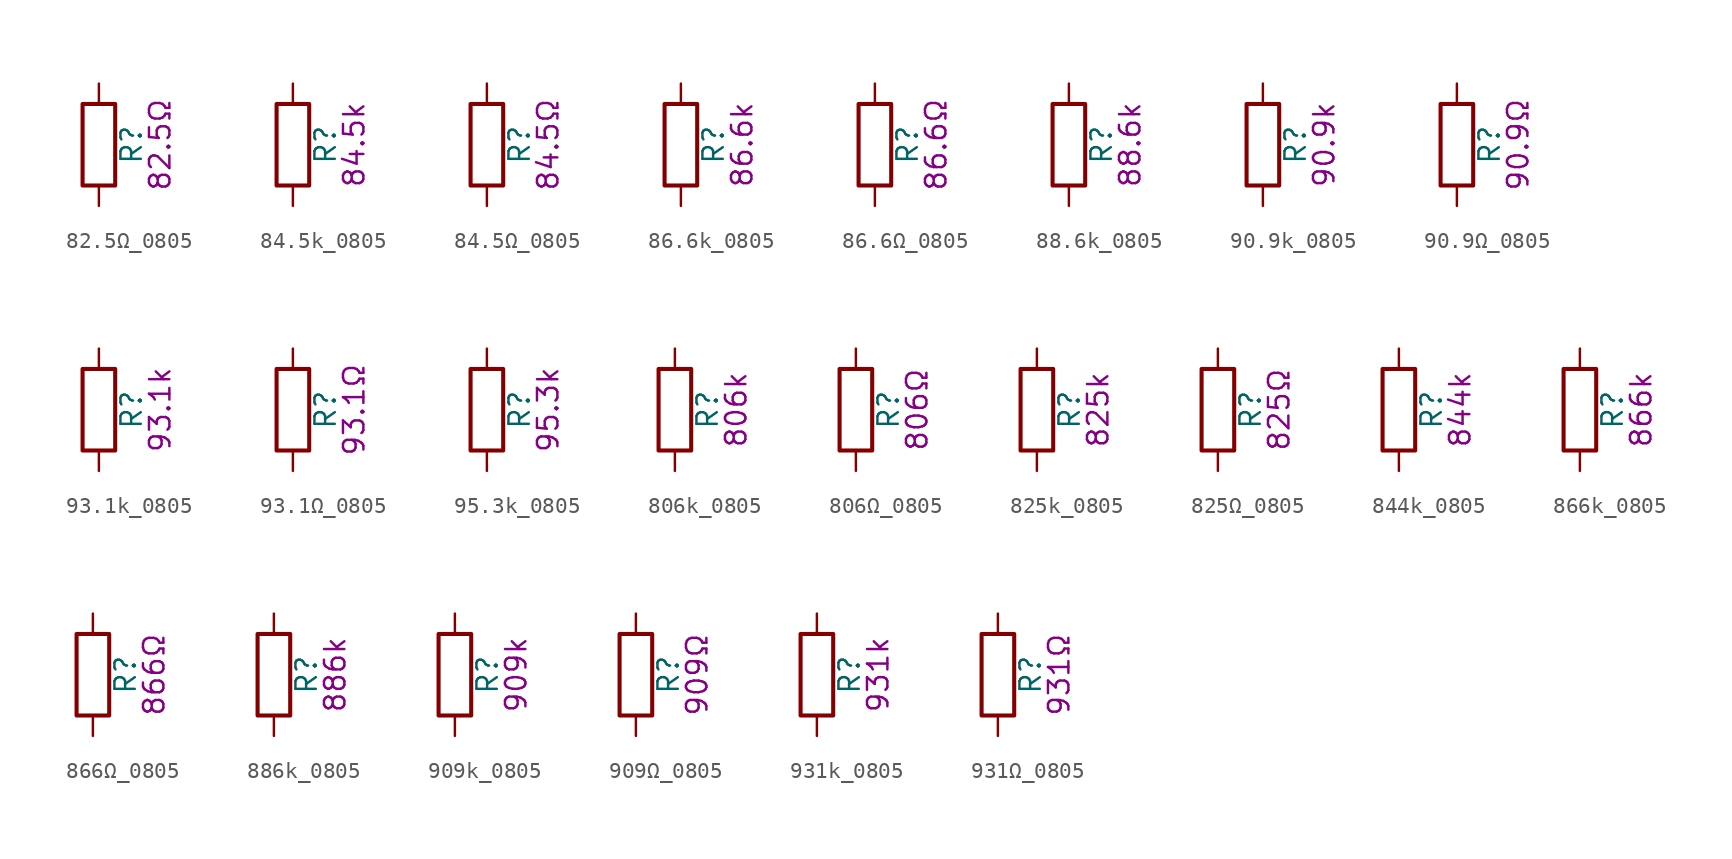
<source format=kicad_sym>
(kicad_symbol_lib
  (version 20211014)
  (generator kicad_symbol_editor)
  (symbol "82.5Ω_0805"
    (pin_numbers hide)
    (pin_names
      (offset 0))
    (property "Reference" "R"
      (at 2.032 0 90)
      (effects (font (size 1.27 1.27))))
    (property "Display" "82.5Ω"
      (at 3.81 0 90)
      (effects (font (size 1.27 1.27))))
    (symbol "82.5Ω_0805_0_1"
      (rectangle (start -1.016 -2.54) (end 1.016 2.54) (stroke (width 0.254) (type default) (color 0 0 0 0)) (fill (type none))))
    (symbol "82.5Ω_0805_1_1"
      (pin passive line (at 0 3.81 270) (length 1.27) (name "~" (effects (font (size 1.27 1.27)))) (number "1" (effects (font (size 1.27 1.27)))))
      (pin passive line (at 0 -3.81 90) (length 1.27) (name "~" (effects (font (size 1.27 1.27)))) (number "2" (effects (font (size 1.27 1.27)))))))
  (symbol "84.5k_0805"
    (pin_numbers hide)
    (pin_names
      (offset 0))
    (property "Reference" "R"
      (at 2.032 0 90)
      (effects (font (size 1.27 1.27))))
    (property "Display" "84.5k"
      (at 3.81 0 90)
      (effects (font (size 1.27 1.27))))
    (symbol "84.5k_0805_0_1"
      (rectangle (start -1.016 -2.54) (end 1.016 2.54) (stroke (width 0.254) (type default) (color 0 0 0 0)) (fill (type none))))
    (symbol "84.5k_0805_1_1"
      (pin passive line (at 0 3.81 270) (length 1.27) (name "~" (effects (font (size 1.27 1.27)))) (number "1" (effects (font (size 1.27 1.27)))))
      (pin passive line (at 0 -3.81 90) (length 1.27) (name "~" (effects (font (size 1.27 1.27)))) (number "2" (effects (font (size 1.27 1.27)))))))
  (symbol "84.5Ω_0805"
    (pin_numbers hide)
    (pin_names
      (offset 0))
    (property "Reference" "R"
      (at 2.032 0 90)
      (effects (font (size 1.27 1.27))))
    (property "Display" "84.5Ω"
      (at 3.81 0 90)
      (effects (font (size 1.27 1.27))))
    (symbol "84.5Ω_0805_0_1"
      (rectangle (start -1.016 -2.54) (end 1.016 2.54) (stroke (width 0.254) (type default) (color 0 0 0 0)) (fill (type none))))
    (symbol "84.5Ω_0805_1_1"
      (pin passive line (at 0 3.81 270) (length 1.27) (name "~" (effects (font (size 1.27 1.27)))) (number "1" (effects (font (size 1.27 1.27)))))
      (pin passive line (at 0 -3.81 90) (length 1.27) (name "~" (effects (font (size 1.27 1.27)))) (number "2" (effects (font (size 1.27 1.27)))))))
  (symbol "86.6k_0805"
    (pin_numbers hide)
    (pin_names
      (offset 0))
    (property "Reference" "R"
      (at 2.032 0 90)
      (effects (font (size 1.27 1.27))))
    (property "Display" "86.6k"
      (at 3.81 0 90)
      (effects (font (size 1.27 1.27))))
    (symbol "86.6k_0805_0_1"
      (rectangle (start -1.016 -2.54) (end 1.016 2.54) (stroke (width 0.254) (type default) (color 0 0 0 0)) (fill (type none))))
    (symbol "86.6k_0805_1_1"
      (pin passive line (at 0 3.81 270) (length 1.27) (name "~" (effects (font (size 1.27 1.27)))) (number "1" (effects (font (size 1.27 1.27)))))
      (pin passive line (at 0 -3.81 90) (length 1.27) (name "~" (effects (font (size 1.27 1.27)))) (number "2" (effects (font (size 1.27 1.27)))))))
  (symbol "86.6Ω_0805"
    (pin_numbers hide)
    (pin_names
      (offset 0))
    (property "Reference" "R"
      (at 2.032 0 90)
      (effects (font (size 1.27 1.27))))
    (property "Display" "86.6Ω"
      (at 3.81 0 90)
      (effects (font (size 1.27 1.27))))
    (symbol "86.6Ω_0805_0_1"
      (rectangle (start -1.016 -2.54) (end 1.016 2.54) (stroke (width 0.254) (type default) (color 0 0 0 0)) (fill (type none))))
    (symbol "86.6Ω_0805_1_1"
      (pin passive line (at 0 3.81 270) (length 1.27) (name "~" (effects (font (size 1.27 1.27)))) (number "1" (effects (font (size 1.27 1.27)))))
      (pin passive line (at 0 -3.81 90) (length 1.27) (name "~" (effects (font (size 1.27 1.27)))) (number "2" (effects (font (size 1.27 1.27)))))))
  (symbol "88.6k_0805"
    (pin_numbers hide)
    (pin_names
      (offset 0))
    (property "Reference" "R"
      (at 2.032 0 90)
      (effects (font (size 1.27 1.27))))
    (property "Display" "88.6k"
      (at 3.81 0 90)
      (effects (font (size 1.27 1.27))))
    (symbol "88.6k_0805_0_1"
      (rectangle (start -1.016 -2.54) (end 1.016 2.54) (stroke (width 0.254) (type default) (color 0 0 0 0)) (fill (type none))))
    (symbol "88.6k_0805_1_1"
      (pin passive line (at 0 3.81 270) (length 1.27) (name "~" (effects (font (size 1.27 1.27)))) (number "1" (effects (font (size 1.27 1.27)))))
      (pin passive line (at 0 -3.81 90) (length 1.27) (name "~" (effects (font (size 1.27 1.27)))) (number "2" (effects (font (size 1.27 1.27)))))))
  (symbol "90.9k_0805"
    (pin_numbers hide)
    (pin_names
      (offset 0))
    (property "Reference" "R"
      (at 2.032 0 90)
      (effects (font (size 1.27 1.27))))
    (property "Display" "90.9k"
      (at 3.81 0 90)
      (effects (font (size 1.27 1.27))))
    (symbol "90.9k_0805_0_1"
      (rectangle (start -1.016 -2.54) (end 1.016 2.54) (stroke (width 0.254) (type default) (color 0 0 0 0)) (fill (type none))))
    (symbol "90.9k_0805_1_1"
      (pin passive line (at 0 3.81 270) (length 1.27) (name "~" (effects (font (size 1.27 1.27)))) (number "1" (effects (font (size 1.27 1.27)))))
      (pin passive line (at 0 -3.81 90) (length 1.27) (name "~" (effects (font (size 1.27 1.27)))) (number "2" (effects (font (size 1.27 1.27)))))))
  (symbol "90.9Ω_0805"
    (pin_numbers hide)
    (pin_names
      (offset 0))
    (property "Reference" "R"
      (at 2.032 0 90)
      (effects (font (size 1.27 1.27))))
    (property "Display" "90.9Ω"
      (at 3.81 0 90)
      (effects (font (size 1.27 1.27))))
    (symbol "90.9Ω_0805_0_1"
      (rectangle (start -1.016 -2.54) (end 1.016 2.54) (stroke (width 0.254) (type default) (color 0 0 0 0)) (fill (type none))))
    (symbol "90.9Ω_0805_1_1"
      (pin passive line (at 0 3.81 270) (length 1.27) (name "~" (effects (font (size 1.27 1.27)))) (number "1" (effects (font (size 1.27 1.27)))))
      (pin passive line (at 0 -3.81 90) (length 1.27) (name "~" (effects (font (size 1.27 1.27)))) (number "2" (effects (font (size 1.27 1.27)))))))
  (symbol "93.1k_0805"
    (pin_numbers hide)
    (pin_names
      (offset 0))
    (property "Reference" "R"
      (at 2.032 0 90)
      (effects (font (size 1.27 1.27))))
    (property "Display" "93.1k"
      (at 3.81 0 90)
      (effects (font (size 1.27 1.27))))
    (symbol "93.1k_0805_0_1"
      (rectangle (start -1.016 -2.54) (end 1.016 2.54) (stroke (width 0.254) (type default) (color 0 0 0 0)) (fill (type none))))
    (symbol "93.1k_0805_1_1"
      (pin passive line (at 0 3.81 270) (length 1.27) (name "~" (effects (font (size 1.27 1.27)))) (number "1" (effects (font (size 1.27 1.27)))))
      (pin passive line (at 0 -3.81 90) (length 1.27) (name "~" (effects (font (size 1.27 1.27)))) (number "2" (effects (font (size 1.27 1.27)))))))
  (symbol "93.1Ω_0805"
    (pin_numbers hide)
    (pin_names
      (offset 0))
    (property "Reference" "R"
      (at 2.032 0 90)
      (effects (font (size 1.27 1.27))))
    (property "Display" "93.1Ω"
      (at 3.81 0 90)
      (effects (font (size 1.27 1.27))))
    (symbol "93.1Ω_0805_0_1"
      (rectangle (start -1.016 -2.54) (end 1.016 2.54) (stroke (width 0.254) (type default) (color 0 0 0 0)) (fill (type none))))
    (symbol "93.1Ω_0805_1_1"
      (pin passive line (at 0 3.81 270) (length 1.27) (name "~" (effects (font (size 1.27 1.27)))) (number "1" (effects (font (size 1.27 1.27)))))
      (pin passive line (at 0 -3.81 90) (length 1.27) (name "~" (effects (font (size 1.27 1.27)))) (number "2" (effects (font (size 1.27 1.27)))))))
  (symbol "95.3k_0805"
    (pin_numbers hide)
    (pin_names
      (offset 0))
    (property "Reference" "R"
      (at 2.032 0 90)
      (effects (font (size 1.27 1.27))))
    (property "Display" "95.3k"
      (at 3.81 0 90)
      (effects (font (size 1.27 1.27))))
    (symbol "95.3k_0805_0_1"
      (rectangle (start -1.016 -2.54) (end 1.016 2.54) (stroke (width 0.254) (type default) (color 0 0 0 0)) (fill (type none))))
    (symbol "95.3k_0805_1_1"
      (pin passive line (at 0 3.81 270) (length 1.27) (name "~" (effects (font (size 1.27 1.27)))) (number "1" (effects (font (size 1.27 1.27)))))
      (pin passive line (at 0 -3.81 90) (length 1.27) (name "~" (effects (font (size 1.27 1.27)))) (number "2" (effects (font (size 1.27 1.27)))))))
  (symbol "806k_0805"
    (pin_numbers hide)
    (pin_names
      (offset 0))
    (property "Reference" "R"
      (at 2.032 0 90)
      (effects (font (size 1.27 1.27))))
    (property "Display" "806k"
      (at 3.81 0 90)
      (effects (font (size 1.27 1.27))))
    (symbol "806k_0805_0_1"
      (rectangle (start -1.016 -2.54) (end 1.016 2.54) (stroke (width 0.254) (type default) (color 0 0 0 0)) (fill (type none))))
    (symbol "806k_0805_1_1"
      (pin passive line (at 0 3.81 270) (length 1.27) (name "~" (effects (font (size 1.27 1.27)))) (number "1" (effects (font (size 1.27 1.27)))))
      (pin passive line (at 0 -3.81 90) (length 1.27) (name "~" (effects (font (size 1.27 1.27)))) (number "2" (effects (font (size 1.27 1.27)))))))
  (symbol "806Ω_0805"
    (pin_numbers hide)
    (pin_names
      (offset 0))
    (property "Reference" "R"
      (at 2.032 0 90)
      (effects (font (size 1.27 1.27))))
    (property "Display" "806Ω"
      (at 3.81 0 90)
      (effects (font (size 1.27 1.27))))
    (symbol "806Ω_0805_0_1"
      (rectangle (start -1.016 -2.54) (end 1.016 2.54) (stroke (width 0.254) (type default) (color 0 0 0 0)) (fill (type none))))
    (symbol "806Ω_0805_1_1"
      (pin passive line (at 0 3.81 270) (length 1.27) (name "~" (effects (font (size 1.27 1.27)))) (number "1" (effects (font (size 1.27 1.27)))))
      (pin passive line (at 0 -3.81 90) (length 1.27) (name "~" (effects (font (size 1.27 1.27)))) (number "2" (effects (font (size 1.27 1.27)))))))
  (symbol "825k_0805"
    (pin_numbers hide)
    (pin_names
      (offset 0))
    (property "Reference" "R"
      (at 2.032 0 90)
      (effects (font (size 1.27 1.27))))
    (property "Display" "825k"
      (at 3.81 0 90)
      (effects (font (size 1.27 1.27))))
    (symbol "825k_0805_0_1"
      (rectangle (start -1.016 -2.54) (end 1.016 2.54) (stroke (width 0.254) (type default) (color 0 0 0 0)) (fill (type none))))
    (symbol "825k_0805_1_1"
      (pin passive line (at 0 3.81 270) (length 1.27) (name "~" (effects (font (size 1.27 1.27)))) (number "1" (effects (font (size 1.27 1.27)))))
      (pin passive line (at 0 -3.81 90) (length 1.27) (name "~" (effects (font (size 1.27 1.27)))) (number "2" (effects (font (size 1.27 1.27)))))))
  (symbol "825Ω_0805"
    (pin_numbers hide)
    (pin_names
      (offset 0))
    (property "Reference" "R"
      (at 2.032 0 90)
      (effects (font (size 1.27 1.27))))
    (property "Display" "825Ω"
      (at 3.81 0 90)
      (effects (font (size 1.27 1.27))))
    (symbol "825Ω_0805_0_1"
      (rectangle (start -1.016 -2.54) (end 1.016 2.54) (stroke (width 0.254) (type default) (color 0 0 0 0)) (fill (type none))))
    (symbol "825Ω_0805_1_1"
      (pin passive line (at 0 3.81 270) (length 1.27) (name "~" (effects (font (size 1.27 1.27)))) (number "1" (effects (font (size 1.27 1.27)))))
      (pin passive line (at 0 -3.81 90) (length 1.27) (name "~" (effects (font (size 1.27 1.27)))) (number "2" (effects (font (size 1.27 1.27)))))))
  (symbol "844k_0805"
    (pin_numbers hide)
    (pin_names
      (offset 0))
    (property "Reference" "R"
      (at 2.032 0 90)
      (effects (font (size 1.27 1.27))))
    (property "Display" "844k"
      (at 3.81 0 90)
      (effects (font (size 1.27 1.27))))
    (symbol "844k_0805_0_1"
      (rectangle (start -1.016 -2.54) (end 1.016 2.54) (stroke (width 0.254) (type default) (color 0 0 0 0)) (fill (type none))))
    (symbol "844k_0805_1_1"
      (pin passive line (at 0 3.81 270) (length 1.27) (name "~" (effects (font (size 1.27 1.27)))) (number "1" (effects (font (size 1.27 1.27)))))
      (pin passive line (at 0 -3.81 90) (length 1.27) (name "~" (effects (font (size 1.27 1.27)))) (number "2" (effects (font (size 1.27 1.27)))))))
  (symbol "866k_0805"
    (pin_numbers hide)
    (pin_names
      (offset 0))
    (property "Reference" "R"
      (at 2.032 0 90)
      (effects (font (size 1.27 1.27))))
    (property "Display" "866k"
      (at 3.81 0 90)
      (effects (font (size 1.27 1.27))))
    (symbol "866k_0805_0_1"
      (rectangle (start -1.016 -2.54) (end 1.016 2.54) (stroke (width 0.254) (type default) (color 0 0 0 0)) (fill (type none))))
    (symbol "866k_0805_1_1"
      (pin passive line (at 0 3.81 270) (length 1.27) (name "~" (effects (font (size 1.27 1.27)))) (number "1" (effects (font (size 1.27 1.27)))))
      (pin passive line (at 0 -3.81 90) (length 1.27) (name "~" (effects (font (size 1.27 1.27)))) (number "2" (effects (font (size 1.27 1.27)))))))
  (symbol "866Ω_0805"
    (pin_numbers hide)
    (pin_names
      (offset 0))
    (property "Reference" "R"
      (at 2.032 0 90)
      (effects (font (size 1.27 1.27))))
    (property "Display" "866Ω"
      (at 3.81 0 90)
      (effects (font (size 1.27 1.27))))
    (symbol "866Ω_0805_0_1"
      (rectangle (start -1.016 -2.54) (end 1.016 2.54) (stroke (width 0.254) (type default) (color 0 0 0 0)) (fill (type none))))
    (symbol "866Ω_0805_1_1"
      (pin passive line (at 0 3.81 270) (length 1.27) (name "~" (effects (font (size 1.27 1.27)))) (number "1" (effects (font (size 1.27 1.27)))))
      (pin passive line (at 0 -3.81 90) (length 1.27) (name "~" (effects (font (size 1.27 1.27)))) (number "2" (effects (font (size 1.27 1.27)))))))
  (symbol "886k_0805"
    (pin_numbers hide)
    (pin_names
      (offset 0))
    (property "Reference" "R"
      (at 2.032 0 90)
      (effects (font (size 1.27 1.27))))
    (property "Display" "886k"
      (at 3.81 0 90)
      (effects (font (size 1.27 1.27))))
    (symbol "886k_0805_0_1"
      (rectangle (start -1.016 -2.54) (end 1.016 2.54) (stroke (width 0.254) (type default) (color 0 0 0 0)) (fill (type none))))
    (symbol "886k_0805_1_1"
      (pin passive line (at 0 3.81 270) (length 1.27) (name "~" (effects (font (size 1.27 1.27)))) (number "1" (effects (font (size 1.27 1.27)))))
      (pin passive line (at 0 -3.81 90) (length 1.27) (name "~" (effects (font (size 1.27 1.27)))) (number "2" (effects (font (size 1.27 1.27)))))))
  (symbol "909k_0805"
    (pin_numbers hide)
    (pin_names
      (offset 0))
    (property "Reference" "R"
      (at 2.032 0 90)
      (effects (font (size 1.27 1.27))))
    (property "Display" "909k"
      (at 3.81 0 90)
      (effects (font (size 1.27 1.27))))
    (symbol "909k_0805_0_1"
      (rectangle (start -1.016 -2.54) (end 1.016 2.54) (stroke (width 0.254) (type default) (color 0 0 0 0)) (fill (type none))))
    (symbol "909k_0805_1_1"
      (pin passive line (at 0 3.81 270) (length 1.27) (name "~" (effects (font (size 1.27 1.27)))) (number "1" (effects (font (size 1.27 1.27)))))
      (pin passive line (at 0 -3.81 90) (length 1.27) (name "~" (effects (font (size 1.27 1.27)))) (number "2" (effects (font (size 1.27 1.27)))))))
  (symbol "909Ω_0805"
    (pin_numbers hide)
    (pin_names
      (offset 0))
    (property "Reference" "R"
      (at 2.032 0 90)
      (effects (font (size 1.27 1.27))))
    (property "Display" "909Ω"
      (at 3.81 0 90)
      (effects (font (size 1.27 1.27))))
    (symbol "909Ω_0805_0_1"
      (rectangle (start -1.016 -2.54) (end 1.016 2.54) (stroke (width 0.254) (type default) (color 0 0 0 0)) (fill (type none))))
    (symbol "909Ω_0805_1_1"
      (pin passive line (at 0 3.81 270) (length 1.27) (name "~" (effects (font (size 1.27 1.27)))) (number "1" (effects (font (size 1.27 1.27)))))
      (pin passive line (at 0 -3.81 90) (length 1.27) (name "~" (effects (font (size 1.27 1.27)))) (number "2" (effects (font (size 1.27 1.27)))))))
  (symbol "931k_0805"
    (pin_numbers hide)
    (pin_names
      (offset 0))
    (property "Reference" "R"
      (at 2.032 0 90)
      (effects (font (size 1.27 1.27))))
    (property "Display" "931k"
      (at 3.81 0 90)
      (effects (font (size 1.27 1.27))))
    (symbol "931k_0805_0_1"
      (rectangle (start -1.016 -2.54) (end 1.016 2.54) (stroke (width 0.254) (type default) (color 0 0 0 0)) (fill (type none))))
    (symbol "931k_0805_1_1"
      (pin passive line (at 0 3.81 270) (length 1.27) (name "~" (effects (font (size 1.27 1.27)))) (number "1" (effects (font (size 1.27 1.27)))))
      (pin passive line (at 0 -3.81 90) (length 1.27) (name "~" (effects (font (size 1.27 1.27)))) (number "2" (effects (font (size 1.27 1.27)))))))
  (symbol "931Ω_0805"
    (pin_numbers hide)
    (pin_names
      (offset 0))
    (property "Reference" "R"
      (at 2.032 0 90)
      (effects (font (size 1.27 1.27))))
    (property "Display" "931Ω"
      (at 3.81 0 90)
      (effects (font (size 1.27 1.27))))
    (symbol "931Ω_0805_0_1"
      (rectangle (start -1.016 -2.54) (end 1.016 2.54) (stroke (width 0.254) (type default) (color 0 0 0 0)) (fill (type none))))
    (symbol "931Ω_0805_1_1"
      (pin passive line (at 0 3.81 270) (length 1.27) (name "~" (effects (font (size 1.27 1.27)))) (number "1" (effects (font (size 1.27 1.27)))))
      (pin passive line (at 0 -3.81 90) (length 1.27) (name "~" (effects (font (size 1.27 1.27)))) (number "2" (effects (font (size 1.27 1.27))))))))
</source>
